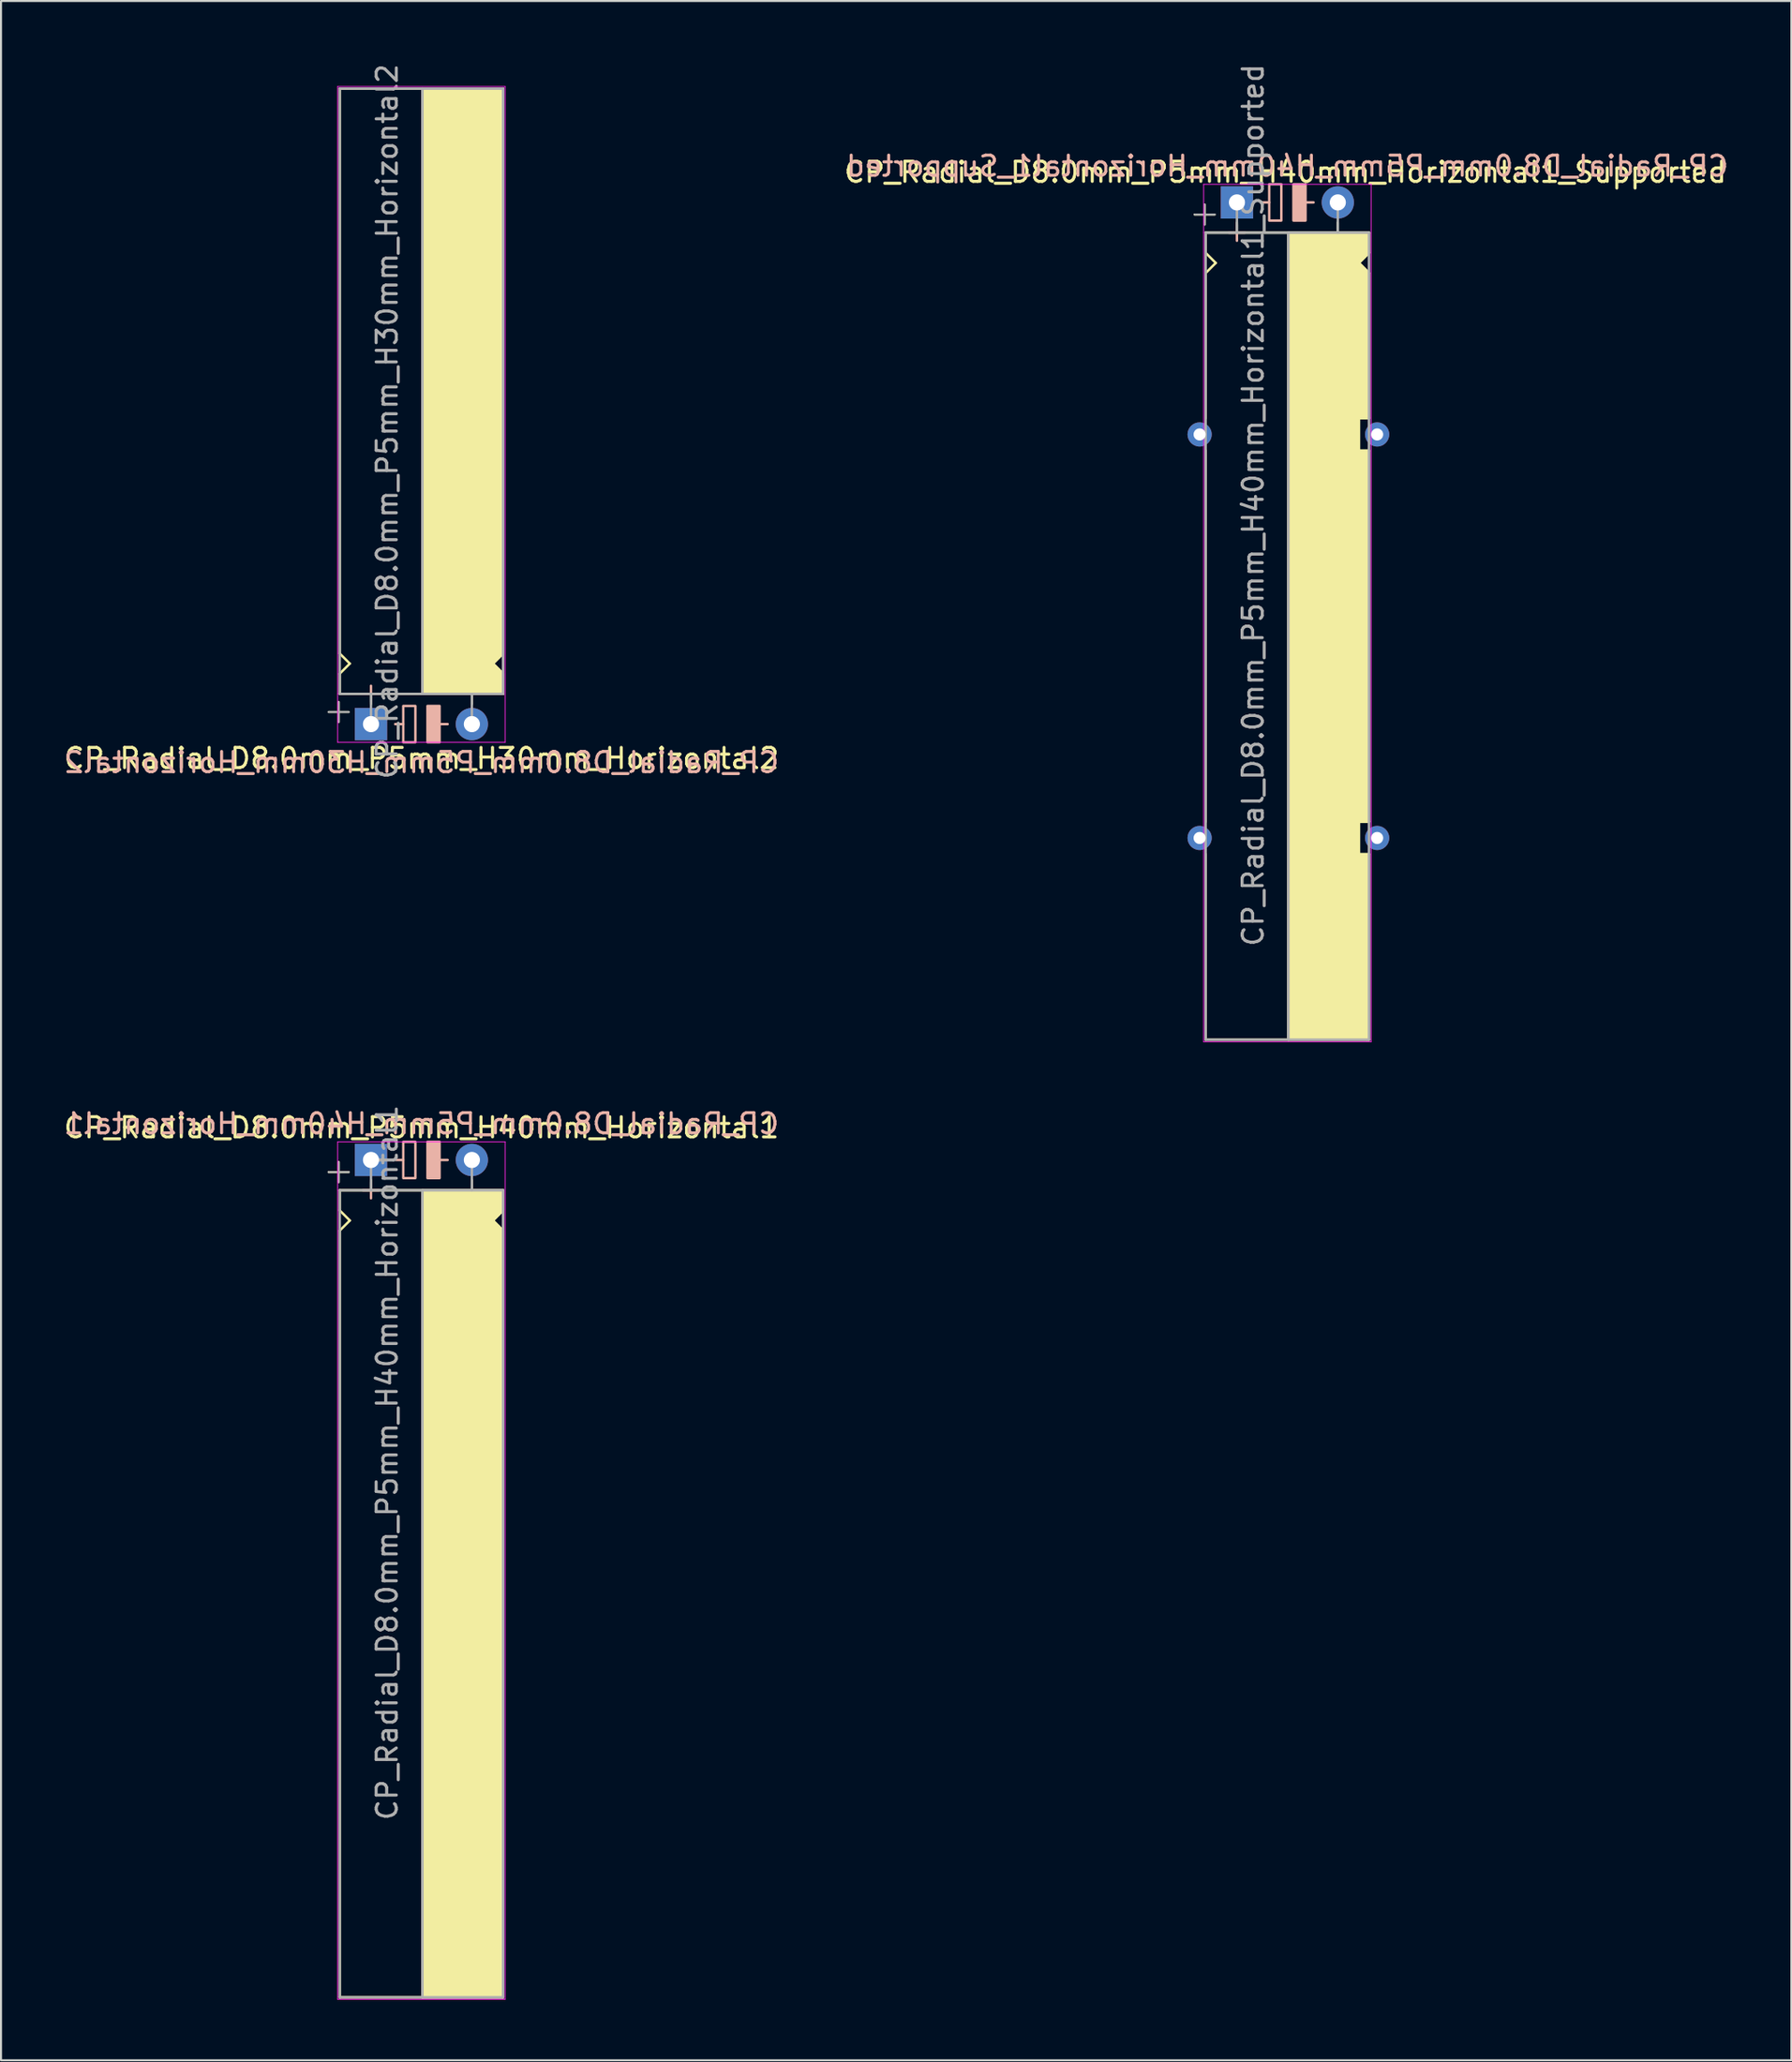
<source format=kicad_pcb>
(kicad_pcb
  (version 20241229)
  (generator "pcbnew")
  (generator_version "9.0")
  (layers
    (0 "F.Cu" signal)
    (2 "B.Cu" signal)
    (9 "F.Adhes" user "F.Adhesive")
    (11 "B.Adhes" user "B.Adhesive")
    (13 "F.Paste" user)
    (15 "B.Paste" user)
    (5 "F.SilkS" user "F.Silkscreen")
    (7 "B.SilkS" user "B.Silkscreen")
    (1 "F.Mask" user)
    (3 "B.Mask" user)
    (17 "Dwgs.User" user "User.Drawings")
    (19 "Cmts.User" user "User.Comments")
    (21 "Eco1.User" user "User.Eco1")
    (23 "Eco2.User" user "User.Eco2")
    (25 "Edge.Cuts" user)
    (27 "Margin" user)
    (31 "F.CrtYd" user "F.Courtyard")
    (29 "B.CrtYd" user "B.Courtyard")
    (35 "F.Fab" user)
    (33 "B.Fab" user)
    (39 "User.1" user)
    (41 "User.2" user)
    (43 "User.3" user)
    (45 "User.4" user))
  (footprint "CP_Radial_D8.0mm_P5mm_H40mm_Horizontal1_Supported"
    (layer "F.Cu")
    (at 59.061 6.982)
    (property "Reference" "CP_Radial_D8.0mm_P5mm_H40mm_Horizontal1_Supported" (at 1.6 -1.5 0) (layer "F.SilkS") (effects (font (size 1 1) (thickness 0.15))))
    (fp_line (start -2.9 0.6) (end -1.9 0.6) (stroke (width 0.1) (type solid)) (layer "F.SilkS"))
    (fp_line (start -2.4 1.1) (end -2.4 0.1) (stroke (width 0.1) (type solid)) (layer "F.SilkS"))
    (fp_line (start -2.35 1.5) (end -2.35 2.5) (stroke (width 0.12) (type solid)) (layer "F.SilkS"))
    (fp_line (start -2.35 1.5) (end 5.75 1.5) (stroke (width 0.12) (type solid)) (layer "F.SilkS"))
    (fp_line (start -2.35 2.5) (end -1.85 3) (stroke (width 0.12) (type solid)) (layer "F.SilkS"))
    (fp_line (start -2.35 10.7) (end -2.35 3.5) (stroke (width 0.12) (type solid)) (layer "F.SilkS"))
    (fp_line (start -2.35 12.3) (end -2.35 30.7) (stroke (width 0.12) (type solid)) (layer "F.SilkS"))
    (fp_line (start -2.35 32.3) (end -2.35 41.5) (stroke (width 0.12) (type solid)) (layer "F.SilkS"))
    (fp_line (start -2.35 41.5) (end 5.65 41.5) (stroke (width 0.12) (type solid)) (layer "F.SilkS"))
    (fp_line (start -1.85 3) (end -2.35 3.5) (stroke (width 0.12) (type solid)) (layer "F.SilkS"))
    (fp_line (start -0.8 1) (end -0.8 1.5) (stroke (width 0.12) (type solid)) (layer "F.SilkS"))
    (fp_line (start 1.75 41.5) (end 1.75 1.5) (stroke (width 0.12) (type solid)) (layer "F.SilkS"))
    (fp_line (start 4.2 1) (end 4.2 1.5) (stroke (width 0.12) (type solid)) (layer "F.SilkS"))
    (fp_line (start 5.25 3) (end 5.75 2.5) (stroke (width 0.12) (type solid)) (layer "F.SilkS"))
    (fp_line (start 5.25 10.7) (end 5.25 12.3) (stroke (width 0.12) (type solid)) (layer "F.SilkS"))
    (fp_line (start 5.25 12.3) (end 5.75 12.3) (stroke (width 0.12) (type solid)) (layer "F.SilkS"))
    (fp_line (start 5.25 30.7) (end 5.25 32.3) (stroke (width 0.12) (type solid)) (layer "F.SilkS"))
    (fp_line (start 5.25 32.3) (end 5.75 32.3) (stroke (width 0.12) (type solid)) (layer "F.SilkS"))
    (fp_line (start 5.75 2.5) (end 5.75 1.5) (stroke (width 0.12) (type solid)) (layer "F.SilkS"))
    (fp_line (start 5.75 3.5) (end 5.25 3) (stroke (width 0.12) (type solid)) (layer "F.SilkS"))
    (fp_line (start 5.75 10.7) (end 5.25 10.7) (stroke (width 0.12) (type solid)) (layer "F.SilkS"))
    (fp_line (start 5.75 10.7) (end 5.75 3.5) (stroke (width 0.12) (type solid)) (layer "F.SilkS"))
    (fp_line (start 5.75 12.3) (end 5.75 30.7) (stroke (width 0.12) (type solid)) (layer "F.SilkS"))
    (fp_line (start 5.75 30.7) (end 5.25 30.7) (stroke (width 0.12) (type solid)) (layer "F.SilkS"))
    (fp_line (start 5.75 32.3) (end 5.75 41.5) (stroke (width 0.12) (type solid)) (layer "F.SilkS"))
    (fp_line (start 5.75 41.5) (end 5.65 41.5) (stroke (width 0.12) (type solid)) (layer "F.SilkS"))
    (fp_poly (pts (xy 5.75 2.5) (xy 5.25 3) (xy 5.75 3.5) (xy 5.75 10.7) (xy 5.25 10.7) (xy 5.25 12.3) (xy 5.75 12.3) (xy 5.75 30.7) (xy 5.25 30.7) (xy 5.25 32.3) (xy 5.75 32.3) (xy 5.75 41.5) (xy 1.75 41.5) (xy 1.75 1.5) (xy 5.75 1.5)) (stroke (width 0.1) (type solid)) (fill yes) (layer "F.SilkS"))
    (fp_line (start -0.8 1.1) (end -0.8 1.9) (stroke (width 0.12) (type solid)) (layer "B.SilkS"))
    (fp_line (start -0.4 1.5) (end -1.2 1.5) (stroke (width 0.12) (type solid)) (layer "B.SilkS"))
    (fp_line (start 0.8 0) (end 0.4 0) (stroke (width 0.12) (type solid)) (layer "B.SilkS"))
    (fp_line (start 3 0) (end 2.6 0) (stroke (width 0.12) (type solid)) (layer "B.SilkS"))
    (fp_rect (start 1.4 -0.9) (end 0.8 0.9) (stroke (width 0.12) (type solid)) (fill no) (layer "B.SilkS"))
    (fp_rect (start 2.6 -0.9) (end 2 0.9) (stroke (width 0.12) (type solid)) (fill yes) (layer "B.SilkS"))
    (fp_line (start -2.45 -0.9) (end 5.85 -0.9) (stroke (width 0.04) (type solid)) (layer "F.CrtYd"))
    (fp_line (start -2.45 1.5) (end -2.45 -0.9) (stroke (width 0.04) (type solid)) (layer "F.CrtYd"))
    (fp_line (start -2.45 41.6) (end -2.45 1.5) (stroke (width 0.04) (type solid)) (layer "F.CrtYd"))
    (fp_line (start 5.85 -0.9) (end 5.85 41.6) (stroke (width 0.04) (type solid)) (layer "F.CrtYd"))
    (fp_line (start 5.85 41.6) (end -2.45 41.6) (stroke (width 0.04) (type solid)) (layer "F.CrtYd"))
    (fp_line (start -2.9 0.6) (end -1.9 0.6) (stroke (width 0.1) (type solid)) (layer "F.Fab"))
    (fp_line (start -2.4 1.1) (end -2.4 0.1) (stroke (width 0.1) (type solid)) (layer "F.Fab"))
    (fp_line (start -2.35 1.5) (end 5.75 1.5) (stroke (width 0.12) (type solid)) (layer "F.Fab"))
    (fp_line (start -2.35 41.5) (end -2.35 1.5) (stroke (width 0.12) (type solid)) (layer "F.Fab"))
    (fp_line (start -0.8 1.5) (end -0.8 0) (stroke (width 0.12) (type solid)) (layer "F.Fab"))
    (fp_line (start 1.75 1.5) (end 1.75 41.5) (stroke (width 0.12) (type solid)) (layer "F.Fab"))
    (fp_line (start 4.2 1.5) (end 4.2 0) (stroke (width 0.12) (type solid)) (layer "F.Fab"))
    (fp_line (start 5.75 1.5) (end 5.75 41.5) (stroke (width 0.12) (type solid)) (layer "F.Fab"))
    (fp_line (start 5.75 41.5) (end -2.35 41.5) (stroke (width 0.12) (type solid)) (layer "F.Fab"))
    (fp_poly (pts (xy 5.75 41.5) (xy 1.75 41.5) (xy 1.75 1.5) (xy 5.75 1.5)) (stroke (width 0.1) (type solid)) (fill no) (layer "F.Fab"))
    (fp_text user "${REFERENCE}" (at 1.7 -1.8 0) (layer "B.SilkS") (effects (font (size 1 1) (thickness 0.15)) (justify mirror)))
    (fp_text user "${REFERENCE}" (at 0 15 90) (layer "F.Fab") (effects (font (size 1 1) (thickness 0.15))))
    (pad "1" thru_hole rect (at -0.8 0) (size 1.6 1.6) (drill 0.8) (layers "*.Cu" "*.Mask"))
    (pad "2" thru_hole circle (at 4.2 0) (size 1.6 1.6) (drill 0.8) (layers "*.Cu" "*.Mask"))
    (pad "~" thru_hole circle (at -2.65 11.5) (size 1.2 1.2) (drill 0.6) (layers "*.Cu" "*.Mask"))
    (pad "~" thru_hole circle (at -2.65 31.5) (size 1.2 1.2) (drill 0.6) (layers "*.Cu" "*.Mask"))
    (pad "~" thru_hole circle (at 6.15 11.5) (size 1.2 1.2) (drill 0.6) (layers "*.Cu" "*.Mask"))
    (pad "~" thru_hole circle (at 6.15 31.5) (size 1.2 1.2) (drill 0.6) (layers "*.Cu" "*.Mask")))
  (footprint "CP_Radial_D8.0mm_P5mm_H30mm_Horizontal2"
    (layer "F.Cu")
    (at 16.139 32.839)
    (property "Reference" "CP_Radial_D8.0mm_P5mm_H30mm_Horizontal2" (at 1.7 1.7 0) (layer "F.SilkS") (effects (font (size 1 1) (thickness 0.15))))
    (fp_line (start -2.9 -0.6) (end -1.9 -0.6) (stroke (width 0.1) (type solid)) (layer "F.SilkS"))
    (fp_line (start -2.4 -0.1) (end -2.4 -1.1) (stroke (width 0.1) (type solid)) (layer "F.SilkS"))
    (fp_line (start -2.35 -31.5) (end 5.75 -31.5) (stroke (width 0.12) (type solid)) (layer "F.SilkS"))
    (fp_line (start -2.35 -3.5) (end -2.35 -31.5) (stroke (width 0.12) (type solid)) (layer "F.SilkS"))
    (fp_line (start -2.35 -3.5) (end -1.85 -3) (stroke (width 0.12) (type solid)) (layer "F.SilkS"))
    (fp_line (start -2.35 -2.5) (end -2.35 -1.5) (stroke (width 0.12) (type solid)) (layer "F.SilkS"))
    (fp_line (start -2.35 -1.5) (end 5.75 -1.5) (stroke (width 0.12) (type solid)) (layer "F.SilkS"))
    (fp_line (start -1.85 -3) (end -2.35 -2.5) (stroke (width 0.12) (type solid)) (layer "F.SilkS"))
    (fp_line (start -0.8 -1) (end -0.8 -1.5) (stroke (width 0.12) (type solid)) (layer "F.SilkS"))
    (fp_line (start 1.75 -31.5) (end 1.75 -1.5) (stroke (width 0.12) (type solid)) (layer "F.SilkS"))
    (fp_line (start 4.2 -1) (end 4.2 -1.5) (stroke (width 0.12) (type solid)) (layer "F.SilkS"))
    (fp_line (start 5.25 -3) (end 5.75 -2.5) (stroke (width 0.12) (type solid)) (layer "F.SilkS"))
    (fp_line (start 5.75 -21.5) (end 5.65 -21.5) (stroke (width 0.12) (type solid)) (layer "F.SilkS"))
    (fp_line (start 5.75 -3.5) (end 5.25 -3) (stroke (width 0.12) (type solid)) (layer "F.SilkS"))
    (fp_line (start 5.75 -3.5) (end 5.75 -31.5) (stroke (width 0.12) (type solid)) (layer "F.SilkS"))
    (fp_line (start 5.75 -2.5) (end 5.75 -1.5) (stroke (width 0.12) (type solid)) (layer "F.SilkS"))
    (fp_poly (pts (xy 5.75 -2.5) (xy 5.25 -3) (xy 5.75 -3.5) (xy 5.75 -31.5) (xy 1.75 -31.5) (xy 1.75 -1.5) (xy 5.75 -1.5)) (stroke (width 0.1) (type solid)) (fill yes) (layer "F.SilkS"))
    (fp_line (start -0.8 -1.9) (end -0.8 -1.1) (stroke (width 0.12) (type solid)) (layer "B.SilkS"))
    (fp_line (start -0.4 -1.5) (end -1.2 -1.5) (stroke (width 0.12) (type solid)) (layer "B.SilkS"))
    (fp_line (start 0.8 0) (end 0.4 0) (stroke (width 0.12) (type solid)) (layer "B.SilkS"))
    (fp_line (start 3 0) (end 2.6 0) (stroke (width 0.12) (type solid)) (layer "B.SilkS"))
    (fp_rect (start 1.4 -0.9) (end 0.8 0.9) (stroke (width 0.12) (type solid)) (fill no) (layer "B.SilkS"))
    (fp_rect (start 2.6 -0.9) (end 2 0.9) (stroke (width 0.12) (type solid)) (fill yes) (layer "B.SilkS"))
    (fp_line (start -2.45 -31.6) (end -2.45 -1.5) (stroke (width 0.04) (type solid)) (layer "F.CrtYd"))
    (fp_line (start -2.45 -1.5) (end -2.45 0.9) (stroke (width 0.04) (type solid)) (layer "F.CrtYd"))
    (fp_line (start -2.45 0.9) (end 5.85 0.9) (stroke (width 0.04) (type solid)) (layer "F.CrtYd"))
    (fp_line (start 5.85 -31.6) (end -2.45 -31.6) (stroke (width 0.04) (type solid)) (layer "F.CrtYd"))
    (fp_line (start 5.85 0.9) (end 5.85 -31.6) (stroke (width 0.04) (type solid)) (layer "F.CrtYd"))
    (fp_line (start -2.9 -0.6) (end -1.9 -0.6) (stroke (width 0.1) (type solid)) (layer "F.Fab"))
    (fp_line (start -2.4 -0.1) (end -2.4 -1.1) (stroke (width 0.1) (type solid)) (layer "F.Fab"))
    (fp_line (start -2.35 -31.5) (end -2.35 -1.5) (stroke (width 0.12) (type solid)) (layer "F.Fab"))
    (fp_line (start -2.35 -1.5) (end 5.75 -1.5) (stroke (width 0.12) (type solid)) (layer "F.Fab"))
    (fp_line (start -0.8 -1.5) (end -0.8 0) (stroke (width 0.12) (type solid)) (layer "F.Fab"))
    (fp_line (start 1.75 -1.5) (end 1.75 -31.5) (stroke (width 0.12) (type solid)) (layer "F.Fab"))
    (fp_line (start 4.2 -1.5) (end 4.2 0) (stroke (width 0.12) (type solid)) (layer "F.Fab"))
    (fp_line (start 5.75 -31.5) (end -2.35 -31.5) (stroke (width 0.12) (type solid)) (layer "F.Fab"))
    (fp_line (start 5.75 -1.5) (end 5.75 -31.5) (stroke (width 0.12) (type solid)) (layer "F.Fab"))
    (fp_poly (pts (xy 5.75 -31.5) (xy 1.75 -31.5) (xy 1.75 -1.5) (xy 5.75 -1.5)) (stroke (width 0.1) (type solid)) (fill no) (layer "F.Fab"))
    (fp_text user "${REFERENCE}" (at 1.7 1.9 0) (layer "B.SilkS") (effects (font (size 1 1) (thickness 0.15)) (justify mirror)))
    (fp_text user "${REFERENCE}" (at 0 -15 90) (layer "F.Fab") (effects (font (size 1 1) (thickness 0.15))))
    (pad "1" thru_hole rect (at -0.8 0) (size 1.6 1.6) (drill 0.8) (layers "*.Cu" "*.Mask"))
    (pad "2" thru_hole circle (at 4.2 0) (size 1.6 1.6) (drill 0.8) (layers "*.Cu" "*.Mask")))
  (footprint "CP_Radial_D8.0mm_P5mm_H40mm_Horizontal1"
    (layer "F.Cu")
    (at 16.139 54.441)
    (property "Reference" "CP_Radial_D8.0mm_P5mm_H40mm_Horizontal1" (at 1.7 -1.6 0) (layer "F.SilkS") (effects (font (size 1 1) (thickness 0.15))))
    (fp_line (start -2.9 0.6) (end -1.9 0.6) (stroke (width 0.1) (type solid)) (layer "F.SilkS"))
    (fp_line (start -2.4 1.1) (end -2.4 0.1) (stroke (width 0.1) (type solid)) (layer "F.SilkS"))
    (fp_line (start -2.35 1.5) (end 5.75 1.5) (stroke (width 0.12) (type solid)) (layer "F.SilkS"))
    (fp_line (start -2.35 2.5) (end -2.35 1.5) (stroke (width 0.12) (type solid)) (layer "F.SilkS"))
    (fp_line (start -2.35 3.5) (end -2.35 41.5) (stroke (width 0.12) (type solid)) (layer "F.SilkS"))
    (fp_line (start -2.35 3.5) (end -1.85 3) (stroke (width 0.12) (type solid)) (layer "F.SilkS"))
    (fp_line (start -2.35 41.5) (end 5.75 41.5) (stroke (width 0.12) (type solid)) (layer "F.SilkS"))
    (fp_line (start -1.85 3) (end -2.35 2.5) (stroke (width 0.12) (type solid)) (layer "F.SilkS"))
    (fp_line (start -0.8 1) (end -0.8 1.5) (stroke (width 0.12) (type solid)) (layer "F.SilkS"))
    (fp_line (start 1.75 41.5) (end 1.75 1.5) (stroke (width 0.12) (type solid)) (layer "F.SilkS"))
    (fp_line (start 4.2 1) (end 4.2 1.5) (stroke (width 0.12) (type solid)) (layer "F.SilkS"))
    (fp_line (start 5.25 3) (end 5.75 2.5) (stroke (width 0.12) (type solid)) (layer "F.SilkS"))
    (fp_line (start 5.75 2.5) (end 5.75 1.5) (stroke (width 0.12) (type solid)) (layer "F.SilkS"))
    (fp_line (start 5.75 3.5) (end 5.25 3) (stroke (width 0.12) (type solid)) (layer "F.SilkS"))
    (fp_line (start 5.75 3.5) (end 5.75 41.5) (stroke (width 0.12) (type solid)) (layer "F.SilkS"))
    (fp_line (start 5.75 21.5) (end 5.65 21.5) (stroke (width 0.12) (type solid)) (layer "F.SilkS"))
    (fp_poly (pts (xy 5.75 2.5) (xy 5.25 3) (xy 5.75 3.5) (xy 5.75 41.5) (xy 1.75 41.5) (xy 1.75 1.5) (xy 5.75 1.5)) (stroke (width 0.1) (type solid)) (fill yes) (layer "F.SilkS"))
    (fp_line (start -0.8 1.1) (end -0.8 1.9) (stroke (width 0.12) (type solid)) (layer "B.SilkS"))
    (fp_line (start -0.4 1.5) (end -1.2 1.5) (stroke (width 0.12) (type solid)) (layer "B.SilkS"))
    (fp_line (start 0.8 0) (end 0.4 0) (stroke (width 0.12) (type solid)) (layer "B.SilkS"))
    (fp_line (start 3 0) (end 2.6 0) (stroke (width 0.12) (type solid)) (layer "B.SilkS"))
    (fp_rect (start 1.4 -0.9) (end 0.8 0.9) (stroke (width 0.12) (type solid)) (fill no) (layer "B.SilkS"))
    (fp_rect (start 2.6 -0.9) (end 2 0.9) (stroke (width 0.12) (type solid)) (fill yes) (layer "B.SilkS"))
    (fp_line (start -2.45 -0.9) (end 5.85 -0.9) (stroke (width 0.04) (type solid)) (layer "F.CrtYd"))
    (fp_line (start -2.45 1.5) (end -2.45 -0.9) (stroke (width 0.04) (type solid)) (layer "F.CrtYd"))
    (fp_line (start -2.45 41.6) (end -2.45 1.5) (stroke (width 0.04) (type solid)) (layer "F.CrtYd"))
    (fp_line (start 5.85 -0.9) (end 5.85 41.6) (stroke (width 0.04) (type solid)) (layer "F.CrtYd"))
    (fp_line (start 5.85 41.6) (end -2.45 41.6) (stroke (width 0.04) (type solid)) (layer "F.CrtYd"))
    (fp_line (start -2.9 0.6) (end -1.9 0.6) (stroke (width 0.1) (type solid)) (layer "F.Fab"))
    (fp_line (start -2.4 1.1) (end -2.4 0.1) (stroke (width 0.1) (type solid)) (layer "F.Fab"))
    (fp_line (start -2.35 1.5) (end 5.75 1.5) (stroke (width 0.12) (type solid)) (layer "F.Fab"))
    (fp_line (start -2.35 41.5) (end -2.35 1.5) (stroke (width 0.12) (type solid)) (layer "F.Fab"))
    (fp_line (start -0.8 1.5) (end -0.8 0) (stroke (width 0.12) (type solid)) (layer "F.Fab"))
    (fp_line (start 1.75 1.5) (end 1.75 41.5) (stroke (width 0.12) (type solid)) (layer "F.Fab"))
    (fp_line (start 4.2 1.5) (end 4.2 0) (stroke (width 0.12) (type solid)) (layer "F.Fab"))
    (fp_line (start 5.75 1.5) (end 5.75 41.5) (stroke (width 0.12) (type solid)) (layer "F.Fab"))
    (fp_line (start 5.75 41.5) (end -2.35 41.5) (stroke (width 0.12) (type solid)) (layer "F.Fab"))
    (fp_poly (pts (xy 5.75 41.5) (xy 1.75 41.5) (xy 1.75 1.5) (xy 5.75 1.5)) (stroke (width 0.1) (type solid)) (fill no) (layer "F.Fab"))
    (fp_text user "${REFERENCE}" (at 1.7 -1.8 0) (layer "B.SilkS") (effects (font (size 1 1) (thickness 0.15)) (justify mirror)))
    (fp_text user "${REFERENCE}" (at 0 15 90) (layer "F.Fab") (effects (font (size 1 1) (thickness 0.15))))
    (pad "1" thru_hole rect (at -0.8 0) (size 1.6 1.6) (drill 0.8) (layers "*.Cu" "*.Mask"))
    (pad "2" thru_hole circle (at 4.2 0) (size 1.6 1.6) (drill 0.8) (layers "*.Cu" "*.Mask")))
  (gr_rect
    (start -3 -3)
    (end 85.743 99.061)
    (stroke (width 0.1) (type default))
    (fill no)
    (layer "Edge.Cuts")))
</source>
